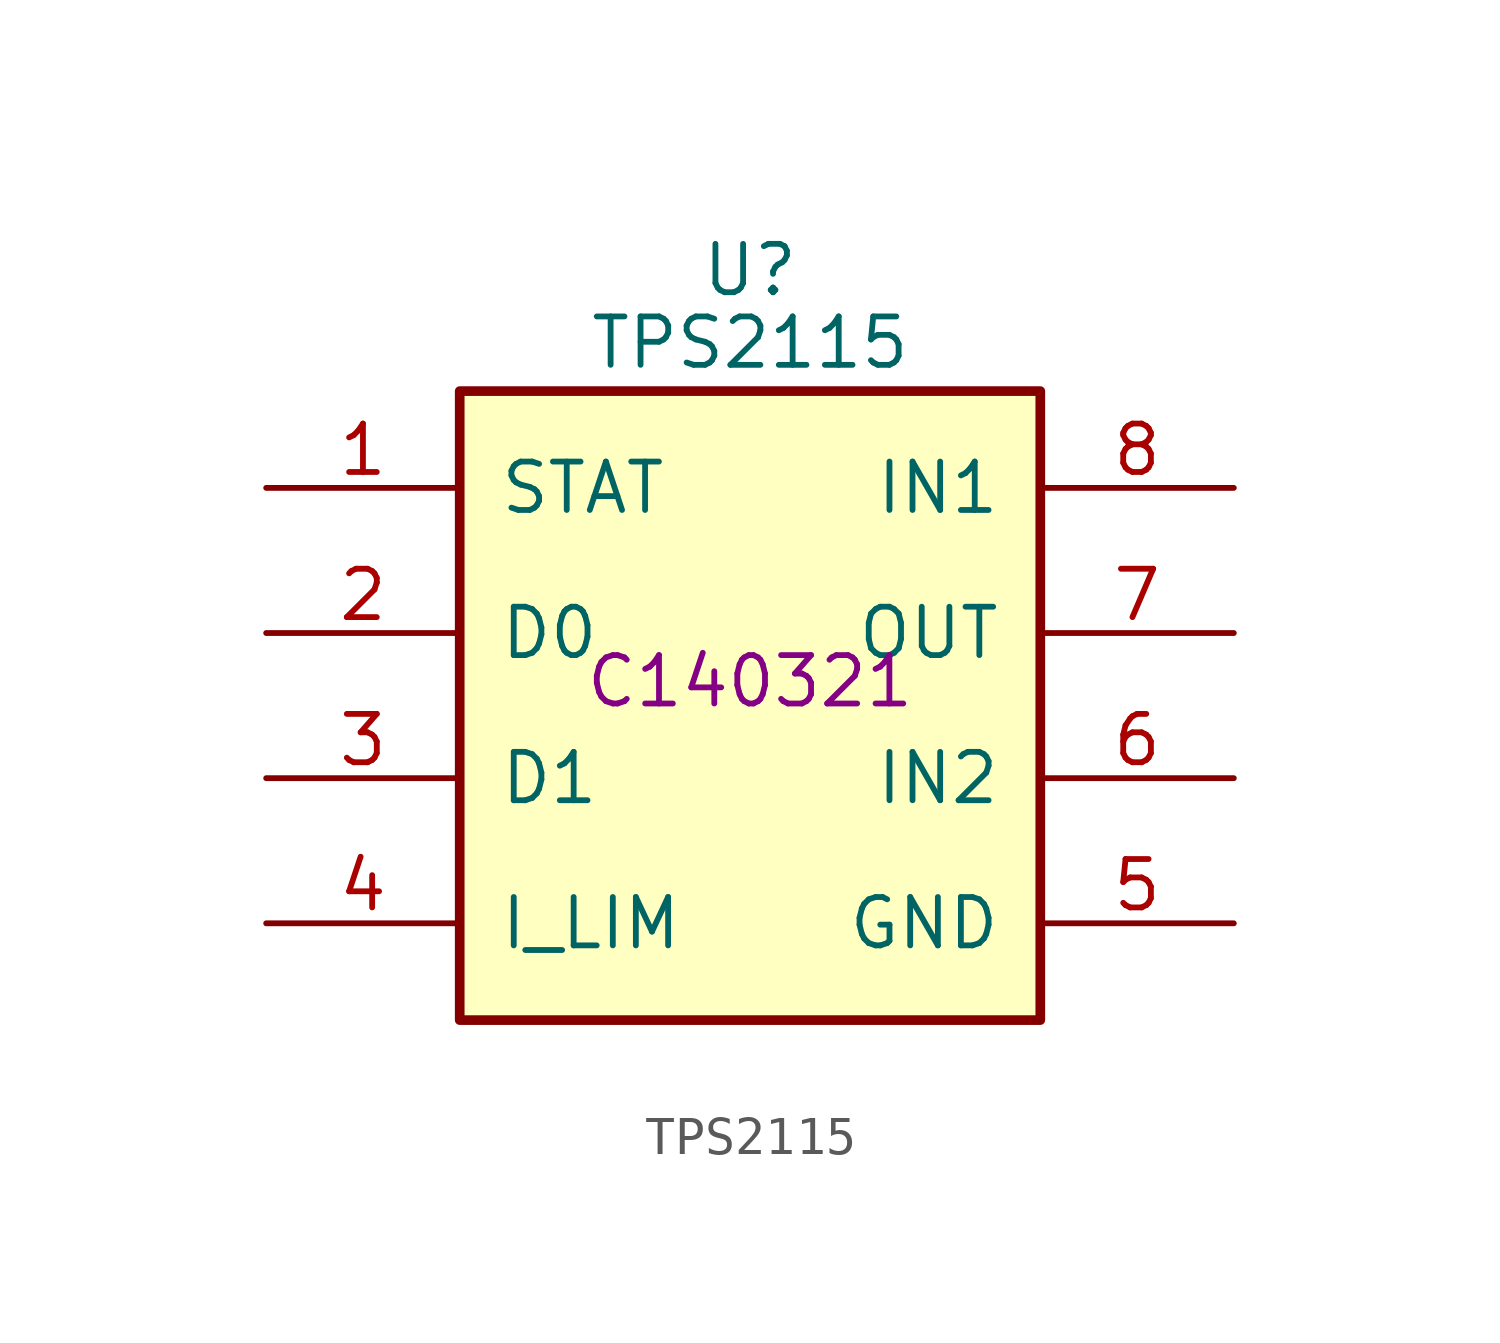
<source format=kicad_sym>
(kicad_symbol_lib
  (version 20220914)
  (generator kicad_symbol_editor)
  (symbol "TPS2115"
    (pin_names
      (offset 1.016))
    (property "Reference" "U"
      (at 0 10.795 0)
      (effects (font (size 1.27 1.27))))
    (property "Value" "TPS2115"
      (at 0 8.89 0)
      (effects (font (size 1.27 1.27))))
    (property "JLC Part #" "C140321"
      (at 0 0 0)
      (effects (font (size 1.27 1.27))))
    (symbol "TPS2115_0_1"
      (rectangle (start -7.62 7.62) (end 7.62 -8.89) (stroke (width 0.254) (type default)) (fill (type background))))
    (symbol "TPS2115_1_1"
      (pin power_in line (at -12.7 5.08 0) (length 5.08) (name "STAT" (effects (font (size 1.27 1.27)))) (number "1" (effects (font (size 1.27 1.27)))))
      (pin input line (at -12.7 1.27 0) (length 5.08) (name "D0" (effects (font (size 1.27 1.27)))) (number "2" (effects (font (size 1.27 1.27)))))
      (pin input line (at -12.7 -2.54 0) (length 5.08) (name "D1" (effects (font (size 1.27 1.27)))) (number "3" (effects (font (size 1.27 1.27)))))
      (pin output line (at -12.7 -6.35 0) (length 5.08) (name "I_LIM" (effects (font (size 1.27 1.27)))) (number "4" (effects (font (size 1.27 1.27)))))
      (pin power_in line (at 12.7 -6.35 180) (length 5.08) (name "GND" (effects (font (size 1.27 1.27)))) (number "5" (effects (font (size 1.27 1.27)))))
      (pin power_in line (at 12.7 -2.54 180) (length 5.08) (name "IN2" (effects (font (size 1.27 1.27)))) (number "6" (effects (font (size 1.27 1.27)))))
      (pin power_out line (at 12.7 1.27 180) (length 5.08) (name "OUT" (effects (font (size 1.27 1.27)))) (number "7" (effects (font (size 1.27 1.27)))))
      (pin power_in line (at 12.7 5.08 180) (length 5.08) (name "IN1" (effects (font (size 1.27 1.27)))) (number "8" (effects (font (size 1.27 1.27))))))))
</source>
